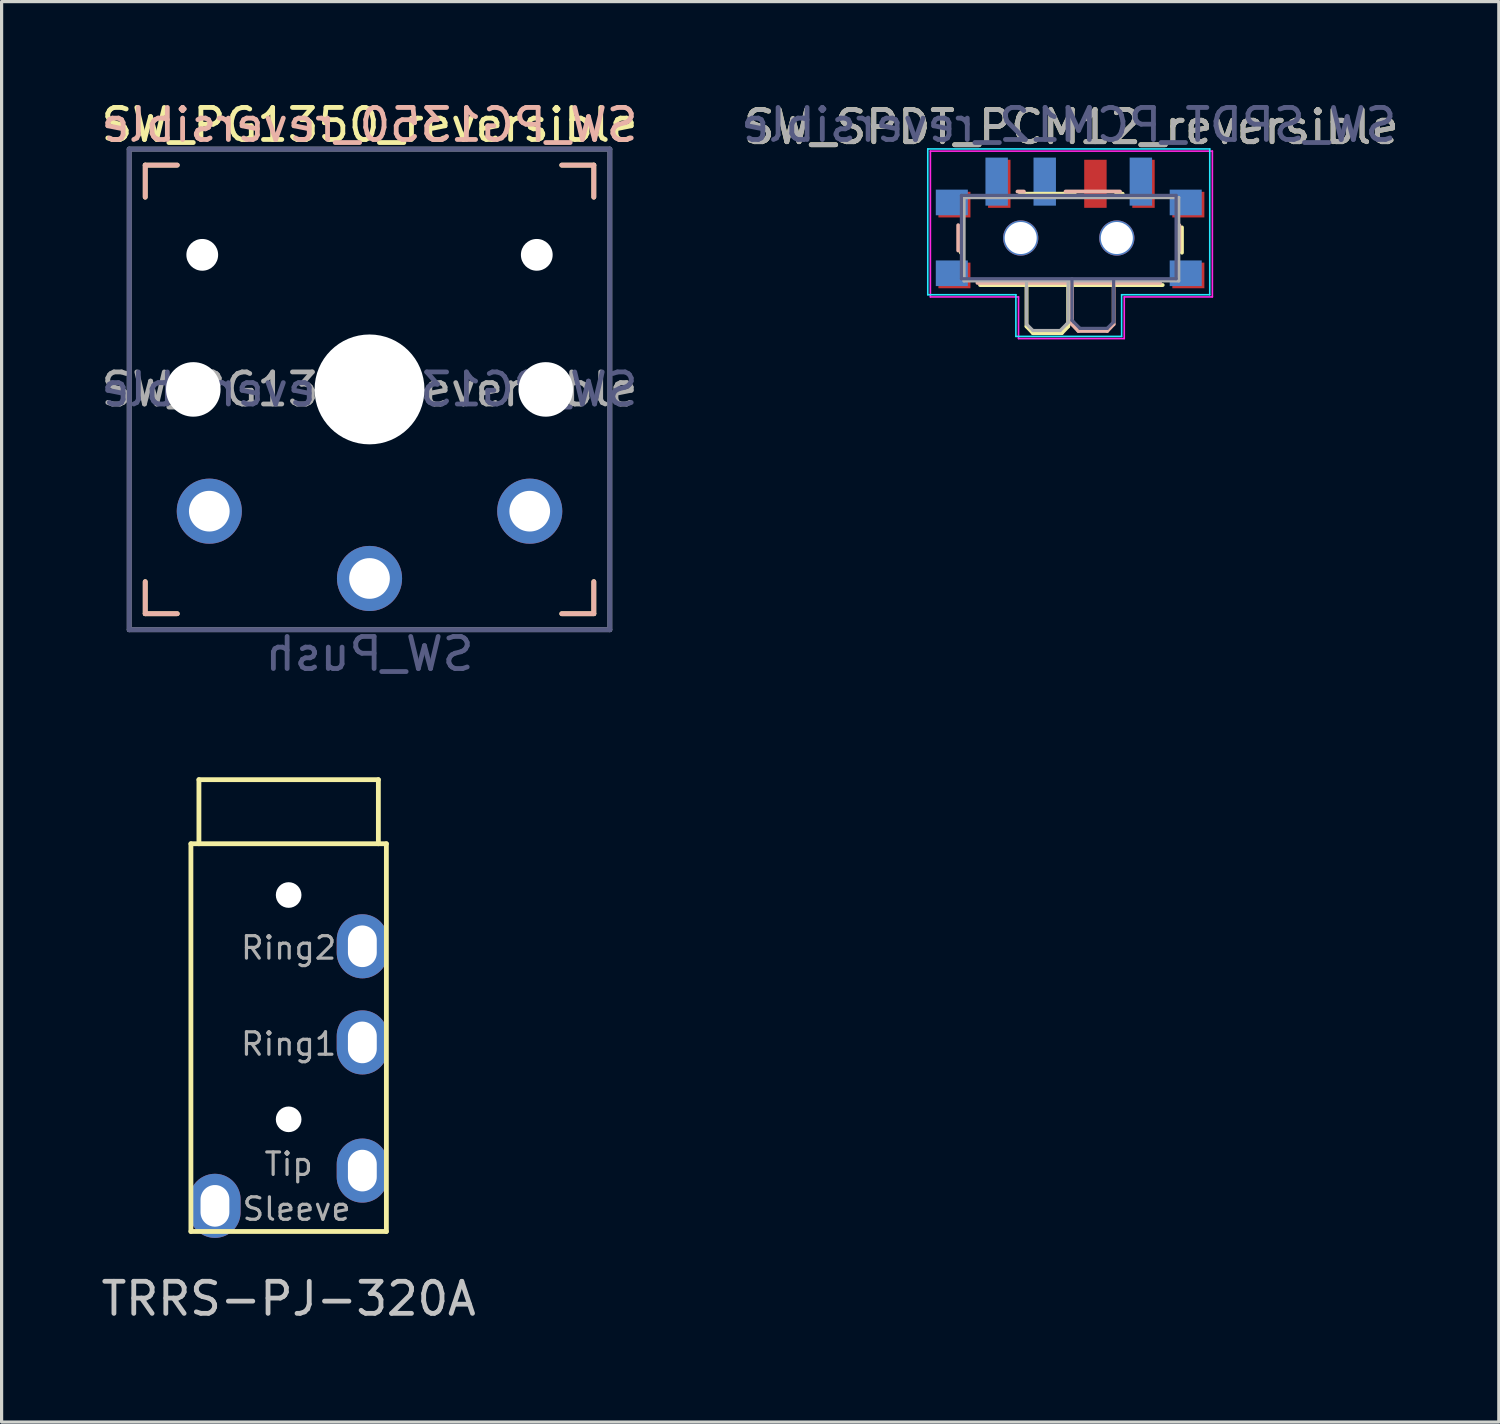
<source format=kicad_pcb>
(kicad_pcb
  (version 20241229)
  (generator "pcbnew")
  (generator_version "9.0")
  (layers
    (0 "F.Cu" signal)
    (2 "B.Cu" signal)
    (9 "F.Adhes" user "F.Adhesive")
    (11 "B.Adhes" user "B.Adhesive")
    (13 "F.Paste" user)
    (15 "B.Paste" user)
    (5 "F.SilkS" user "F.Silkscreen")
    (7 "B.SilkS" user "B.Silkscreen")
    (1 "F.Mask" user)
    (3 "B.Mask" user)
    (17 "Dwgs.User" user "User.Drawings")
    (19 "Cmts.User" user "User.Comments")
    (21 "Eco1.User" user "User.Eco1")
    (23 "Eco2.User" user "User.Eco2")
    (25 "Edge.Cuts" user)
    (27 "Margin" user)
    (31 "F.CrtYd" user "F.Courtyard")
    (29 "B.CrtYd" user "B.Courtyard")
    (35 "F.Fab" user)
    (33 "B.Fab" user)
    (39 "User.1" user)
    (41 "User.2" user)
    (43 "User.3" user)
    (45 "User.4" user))
  (footprint "TRRS-PJ-320A"
    (layer "F.Cu")
    (at 5.958 23.282)
    (property "Reference" "TRRS-PJ-320A" (at 0 14.2 0) (layer "Dwgs.User") (effects (font (size 1 1) (thickness 0.15))))
    (attr through_hole)
    (fp_line (start -3.05 0) (end -3.05 12.1) (stroke (width 0.15) (type solid)) (layer "F.SilkS"))
    (fp_line (start -2.8 0) (end -2.8 -2) (stroke (width 0.15) (type solid)) (layer "F.SilkS"))
    (fp_line (start 2.8 -2) (end -2.8 -2) (stroke (width 0.15) (type solid)) (layer "F.SilkS"))
    (fp_line (start 2.8 0) (end 2.8 -2) (stroke (width 0.15) (type solid)) (layer "F.SilkS"))
    (fp_line (start 3.05 0) (end -3.05 0) (stroke (width 0.15) (type solid)) (layer "F.SilkS"))
    (fp_line (start 3.05 0) (end 3.05 12.1) (stroke (width 0.15) (type solid)) (layer "F.SilkS"))
    (fp_line (start 3.05 12.1) (end -3.05 12.1) (stroke (width 0.15) (type solid)) (layer "F.SilkS"))
    (fp_text user "Sleeve" (at 0.25 11.4 0) (layer "F.Fab") (effects (font (size 0.7 0.7) (thickness 0.1))))
    (fp_text user "Ring2" (at 0 3.25 0) (layer "F.Fab") (effects (font (size 0.7 0.7) (thickness 0.1))))
    (fp_text user "Tip" (at 0 10 0) (layer "F.Fab") (effects (font (size 0.7 0.7) (thickness 0.1))))
    (fp_text user "Ring1" (at 0 6.25 0) (layer "F.Fab") (effects (font (size 0.7 0.7) (thickness 0.1))))
    (pad "" np_thru_hole circle (at 0 1.6 180) (size 0.8 0.8) (drill 0.8) (layers "*.Cu" "*.Mask"))
    (pad "" np_thru_hole circle (at 0 8.6 180) (size 0.8 0.8) (drill 0.8) (layers "*.Cu" "*.Mask"))
    (pad "1" thru_hole oval (at -2.3 11.3 180) (size 1.6 2) (drill oval 0.9 1.3) (layers "*.Cu" "*.Mask"))
    (pad "2" thru_hole oval (at 2.3 10.2 180) (size 1.6 2) (drill oval 0.9 1.3) (layers "*.Cu" "*.Mask"))
    (pad "3" thru_hole oval (at 2.3 6.2 180) (size 1.6 2) (drill oval 0.9 1.3) (layers "*.Cu" "*.Mask"))
    (pad "4" thru_hole oval (at 2.3 3.2 180) (size 1.6 2) (drill oval 0.9 1.3) (layers "*.Cu" "*.Mask")))
  (footprint "SW_PG1350_reversible"
    (layer "F.Cu")
    (at 8.482 9.103)
    (property "Reference" "SW_PG1350_reversible" (at 0 -8.255 0) (layer "F.SilkS") (effects (font (size 1 1) (thickness 0.15))))
    (property "Value" "SW_Push" (at 0 8.255 0) (layer "F.Fab") (hide yes) (effects (font (size 1 1) (thickness 0.15))))
    (attr through_hole)
    (fp_line (start -7 -7) (end -6 -7) (stroke (width 0.15) (type solid)) (layer "F.SilkS"))
    (fp_line (start -7 -6) (end -7 -7) (stroke (width 0.15) (type solid)) (layer "F.SilkS"))
    (fp_line (start -7 7) (end -7 6) (stroke (width 0.15) (type solid)) (layer "F.SilkS"))
    (fp_line (start -6 7) (end -7 7) (stroke (width 0.15) (type solid)) (layer "F.SilkS"))
    (fp_line (start 6 -7) (end 7 -7) (stroke (width 0.15) (type solid)) (layer "F.SilkS"))
    (fp_line (start 7 -7) (end 7 -6) (stroke (width 0.15) (type solid)) (layer "F.SilkS"))
    (fp_line (start 7 6) (end 7 7) (stroke (width 0.15) (type solid)) (layer "F.SilkS"))
    (fp_line (start 7 7) (end 6 7) (stroke (width 0.15) (type solid)) (layer "F.SilkS"))
    (fp_line (start -7 -7) (end -6 -7) (stroke (width 0.15) (type solid)) (layer "B.SilkS"))
    (fp_line (start -7 -6) (end -7 -7) (stroke (width 0.15) (type solid)) (layer "B.SilkS"))
    (fp_line (start -7 7) (end -7 6) (stroke (width 0.15) (type solid)) (layer "B.SilkS"))
    (fp_line (start -6 7) (end -7 7) (stroke (width 0.15) (type solid)) (layer "B.SilkS"))
    (fp_line (start 6 -7) (end 7 -7) (stroke (width 0.15) (type solid)) (layer "B.SilkS"))
    (fp_line (start 7 -7) (end 7 -6) (stroke (width 0.15) (type solid)) (layer "B.SilkS"))
    (fp_line (start 7 6) (end 7 7) (stroke (width 0.15) (type solid)) (layer "B.SilkS"))
    (fp_line (start 7 7) (end 6 7) (stroke (width 0.15) (type solid)) (layer "B.SilkS"))
    (fp_line (start -6.9 6.9) (end -6.9 -6.9) (stroke (width 0.15) (type solid)) (layer "Eco2.User"))
    (fp_line (start -6.9 6.9) (end 6.9 6.9) (stroke (width 0.15) (type solid)) (layer "Eco2.User"))
    (fp_line (start -2.6 -3.1) (end -2.6 -6.3) (stroke (width 0.15) (type solid)) (layer "Eco2.User"))
    (fp_line (start -2.6 -3.1) (end 2.6 -3.1) (stroke (width 0.15) (type solid)) (layer "Eco2.User"))
    (fp_line (start 2.6 -6.3) (end -2.6 -6.3) (stroke (width 0.15) (type solid)) (layer "Eco2.User"))
    (fp_line (start 2.6 -3.1) (end 2.6 -6.3) (stroke (width 0.15) (type solid)) (layer "Eco2.User"))
    (fp_line (start 6.9 -6.9) (end -6.9 -6.9) (stroke (width 0.15) (type solid)) (layer "Eco2.User"))
    (fp_line (start 6.9 -6.9) (end 6.9 6.9) (stroke (width 0.15) (type solid)) (layer "Eco2.User"))
    (fp_line (start -7.5 -7.5) (end 7.5 -7.5) (stroke (width 0.15) (type solid)) (layer "B.Fab"))
    (fp_line (start -7.5 7.5) (end -7.5 -7.5) (stroke (width 0.15) (type solid)) (layer "B.Fab"))
    (fp_line (start 7.5 -7.5) (end 7.5 7.5) (stroke (width 0.15) (type solid)) (layer "B.Fab"))
    (fp_line (start 7.5 7.5) (end -7.5 7.5) (stroke (width 0.15) (type solid)) (layer "B.Fab"))
    (fp_line (start -7.5 -7.5) (end 7.5 -7.5) (stroke (width 0.15) (type solid)) (layer "F.Fab"))
    (fp_line (start -7.5 7.5) (end -7.5 -7.5) (stroke (width 0.15) (type solid)) (layer "F.Fab"))
    (fp_line (start 7.5 -7.5) (end 7.5 7.5) (stroke (width 0.15) (type solid)) (layer "F.Fab"))
    (fp_line (start 7.5 7.5) (end -7.5 7.5) (stroke (width 0.15) (type solid)) (layer "F.Fab"))
    (fp_text user "${REFERENCE}" (at 0 -8.255 0) (layer "B.SilkS") (effects (font (size 1 1) (thickness 0.15)) (justify mirror)))
    (fp_text user "${REFERENCE}" (at 0 0 0) (layer "B.Fab") (effects (font (size 1 1) (thickness 0.15)) (justify mirror)))
    (fp_text user "${VALUE}" (at 0 8.255 0) (layer "B.Fab") (effects (font (size 1 1) (thickness 0.15)) (justify mirror)))
    (fp_text user "${REFERENCE}" (at 0 0 0) (layer "F.Fab") (effects (font (size 1 1) (thickness 0.15))))
    (pad "" np_thru_hole circle (at -5.5 0) (size 1.702 1.702) (drill 1.702) (layers "*.Cu" "*.Mask"))
    (pad "" np_thru_hole circle (at -5.22 -4.2) (size 0.991 0.991) (drill 0.991) (layers "*.Cu" "*.Mask"))
    (pad "" np_thru_hole circle (at 0 0) (size 3.429 3.429) (drill 3.429) (layers "*.Cu" "*.Mask"))
    (pad "" np_thru_hole circle (at 5.22 -4.2) (size 0.991 0.991) (drill 0.991) (layers "*.Cu" "*.Mask"))
    (pad "" np_thru_hole circle (at 5.5 0) (size 1.702 1.702) (drill 1.702) (layers "*.Cu" "*.Mask"))
    (pad "1" thru_hole circle (at 0 5.9) (size 2.032 2.032) (drill 1.27) (layers "*.Cu" "*.Mask"))
    (pad "2" thru_hole circle (at -5 3.8) (size 2.032 2.032) (drill 1.27) (layers "*.Cu" "*.Mask"))
    (pad "2" thru_hole circle (at 5 3.8) (size 2.032 2.032) (drill 1.27) (layers "*.Cu" "*.Mask")))
  (footprint "SW_SPDT_PCM12_reversible"
    (layer "F.Cu")
    (at 30.386 4.116)
    (property "Reference" "SW_SPDT_PCM12_reversible" (at 0 -3.2 0) (layer "F.SilkS") (effects (font (size 1 1) (thickness 0.15))))
    (attr smd)
    (fp_line (start -3.45 -0.07) (end -3.45 0.72) (stroke (width 0.12) (type solid)) (layer "F.SilkS"))
    (fp_line (start -2.85 1.73) (end 2.85 1.73) (stroke (width 0.12) (type solid)) (layer "F.SilkS"))
    (fp_line (start -1.6 -1.12) (end 0.1 -1.12) (stroke (width 0.12) (type solid)) (layer "F.SilkS"))
    (fp_line (start -1.4 1.73) (end -1.4 3.02) (stroke (width 0.12) (type solid)) (layer "F.SilkS"))
    (fp_line (start -1.4 3.02) (end -1.2 3.23) (stroke (width 0.12) (type solid)) (layer "F.SilkS"))
    (fp_line (start -1.2 3.23) (end -0.3 3.23) (stroke (width 0.12) (type solid)) (layer "F.SilkS"))
    (fp_line (start -0.1 3.02) (end -0.3 3.23) (stroke (width 0.12) (type solid)) (layer "F.SilkS"))
    (fp_line (start -0.1 3.02) (end -0.1 1.73) (stroke (width 0.12) (type solid)) (layer "F.SilkS"))
    (fp_line (start 1.4 -1.12) (end 1.6 -1.12) (stroke (width 0.12) (type solid)) (layer "F.SilkS"))
    (fp_line (start 3.45 0.72) (end 3.45 -0.07) (stroke (width 0.12) (type solid)) (layer "F.SilkS"))
    (fp_line (start -3.532 0.652) (end -3.532 -0.138) (stroke (width 0.12) (type solid)) (layer "B.SilkS"))
    (fp_line (start -1.482 -1.188) (end -1.682 -1.188) (stroke (width 0.12) (type solid)) (layer "B.SilkS"))
    (fp_line (start 0.018 2.952) (end 0.018 1.662) (stroke (width 0.12) (type solid)) (layer "B.SilkS"))
    (fp_line (start 0.018 2.952) (end 0.218 3.162) (stroke (width 0.12) (type solid)) (layer "B.SilkS"))
    (fp_line (start 1.118 3.162) (end 0.218 3.162) (stroke (width 0.12) (type solid)) (layer "B.SilkS"))
    (fp_line (start 1.318 1.662) (end 1.318 2.952) (stroke (width 0.12) (type solid)) (layer "B.SilkS"))
    (fp_line (start 1.318 2.952) (end 1.118 3.162) (stroke (width 0.12) (type solid)) (layer "B.SilkS"))
    (fp_line (start 1.518 -1.188) (end -0.182 -1.188) (stroke (width 0.12) (type solid)) (layer "B.SilkS"))
    (fp_line (start 2.768 1.662) (end -2.932 1.662) (stroke (width 0.12) (type solid)) (layer "B.SilkS"))
    (fp_line (start 3.368 -0.138) (end 3.368 0.652) (stroke (width 0.12) (type solid)) (layer "B.SilkS"))
    (fp_line (start -4.482 -2.518) (end -4.482 2.032) (stroke (width 0.05) (type solid)) (layer "B.CrtYd"))
    (fp_line (start -4.482 2.032) (end -1.732 2.032) (stroke (width 0.05) (type solid)) (layer "B.CrtYd"))
    (fp_line (start -1.732 2.032) (end -1.732 3.332) (stroke (width 0.05) (type solid)) (layer "B.CrtYd"))
    (fp_line (start -1.732 3.332) (end 1.568 3.332) (stroke (width 0.05) (type solid)) (layer "B.CrtYd"))
    (fp_line (start 1.568 2.032) (end 4.318 2.032) (stroke (width 0.05) (type solid)) (layer "B.CrtYd"))
    (fp_line (start 1.568 3.332) (end 1.568 2.032) (stroke (width 0.05) (type solid)) (layer "B.CrtYd"))
    (fp_line (start 4.318 -2.518) (end -4.482 -2.518) (stroke (width 0.05) (type solid)) (layer "B.CrtYd"))
    (fp_line (start 4.318 2.032) (end 4.318 -2.518) (stroke (width 0.05) (type solid)) (layer "B.CrtYd"))
    (fp_line (start -4.4 -2.45) (end 4.4 -2.45) (stroke (width 0.05) (type solid)) (layer "F.CrtYd"))
    (fp_line (start -4.4 2.1) (end -4.4 -2.45) (stroke (width 0.05) (type solid)) (layer "F.CrtYd"))
    (fp_line (start -1.65 2.1) (end -4.4 2.1) (stroke (width 0.05) (type solid)) (layer "F.CrtYd"))
    (fp_line (start -1.65 3.4) (end -1.65 2.1) (stroke (width 0.05) (type solid)) (layer "F.CrtYd"))
    (fp_line (start 1.65 2.1) (end 1.65 3.4) (stroke (width 0.05) (type solid)) (layer "F.CrtYd"))
    (fp_line (start 1.65 3.4) (end -1.65 3.4) (stroke (width 0.05) (type solid)) (layer "F.CrtYd"))
    (fp_line (start 4.4 -2.45) (end 4.4 2.1) (stroke (width 0.05) (type solid)) (layer "F.CrtYd"))
    (fp_line (start 4.4 2.1) (end 1.65 2.1) (stroke (width 0.05) (type solid)) (layer "F.CrtYd"))
    (fp_line (start -3.432 -1.068) (end 3.268 -1.068) (stroke (width 0.1) (type solid)) (layer "B.Fab"))
    (fp_line (start -3.432 1.532) (end -3.432 -1.068) (stroke (width 0.1) (type solid)) (layer "B.Fab"))
    (fp_line (start 0.018 2.832) (end 0.018 1.532) (stroke (width 0.1) (type solid)) (layer "B.Fab"))
    (fp_line (start 0.068 2.882) (end 0.018 2.832) (stroke (width 0.1) (type solid)) (layer "B.Fab"))
    (fp_line (start 0.268 3.082) (end 0.068 2.882) (stroke (width 0.1) (type solid)) (layer "B.Fab"))
    (fp_line (start 1.118 3.082) (end 0.268 3.082) (stroke (width 0.1) (type solid)) (layer "B.Fab"))
    (fp_line (start 1.318 1.582) (end 1.318 2.882) (stroke (width 0.1) (type solid)) (layer "B.Fab"))
    (fp_line (start 1.318 2.882) (end 1.118 3.082) (stroke (width 0.1) (type solid)) (layer "B.Fab"))
    (fp_line (start 3.268 -1.068) (end 3.268 1.532) (stroke (width 0.1) (type solid)) (layer "B.Fab"))
    (fp_line (start 3.268 1.532) (end -3.432 1.532) (stroke (width 0.1) (type solid)) (layer "B.Fab"))
    (fp_line (start -3.35 -1) (end -3.35 1.6) (stroke (width 0.1) (type solid)) (layer "F.Fab"))
    (fp_line (start -3.35 1.6) (end 3.35 1.6) (stroke (width 0.1) (type solid)) (layer "F.Fab"))
    (fp_line (start -1.4 1.65) (end -1.4 2.95) (stroke (width 0.1) (type solid)) (layer "F.Fab"))
    (fp_line (start -1.4 2.95) (end -1.2 3.15) (stroke (width 0.1) (type solid)) (layer "F.Fab"))
    (fp_line (start -1.2 3.15) (end -0.35 3.15) (stroke (width 0.1) (type solid)) (layer "F.Fab"))
    (fp_line (start -0.35 3.15) (end -0.15 2.95) (stroke (width 0.1) (type solid)) (layer "F.Fab"))
    (fp_line (start -0.15 2.95) (end -0.1 2.9) (stroke (width 0.1) (type solid)) (layer "F.Fab"))
    (fp_line (start -0.1 2.9) (end -0.1 1.6) (stroke (width 0.1) (type solid)) (layer "F.Fab"))
    (fp_line (start 3.35 -1) (end -3.35 -1) (stroke (width 0.1) (type solid)) (layer "F.Fab"))
    (fp_line (start 3.35 1.6) (end 3.35 -1) (stroke (width 0.1) (type solid)) (layer "F.Fab"))
    (fp_text user "${REFERENCE}" (at -0.082 -3.268 0) (layer "B.Fab") (effects (font (size 1 1) (thickness 0.15)) (justify mirror)))
    (fp_text user "${REFERENCE}" (at 0 -3.2 0) (layer "F.Fab") (effects (font (size 1 1) (thickness 0.15))))
    (pad "" smd rect (at -3.732 -0.848) (size 1 0.8) (layers "B.Cu" "B.Mask" "B.Paste"))
    (pad "" smd rect (at -3.732 1.362) (size 1 0.8) (layers "B.Cu" "B.Mask" "B.Paste"))
    (pad "" smd rect (at -3.65 -0.78) (size 1 0.8) (layers "F.Cu" "F.Mask" "F.Paste"))
    (pad "" smd rect (at -3.65 1.43) (size 1 0.8) (layers "F.Cu" "F.Mask" "F.Paste"))
    (pad "" np_thru_hole circle (at -1.582 0.262) (size 1.1 1.1) (drill 1) (layers "*.Cu" "*.Mask"))
    (pad "" np_thru_hole circle (at 1.418 0.262) (size 1.1 1.1) (drill 1) (layers "*.Cu" "*.Mask"))
    (pad "" smd rect (at 3.568 -0.848) (size 1 0.8) (layers "B.Cu" "B.Mask" "B.Paste"))
    (pad "" smd rect (at 3.568 1.362) (size 1 0.8) (layers "B.Cu" "B.Mask" "B.Paste"))
    (pad "" smd rect (at 3.65 -0.78) (size 1 0.8) (layers "F.Cu" "F.Mask" "F.Paste"))
    (pad "" smd rect (at 3.65 1.43) (size 1 0.8) (layers "F.Cu" "F.Mask" "F.Paste"))
    (pad "1" smd rect (at -2.25 -1.43) (size 0.7 1.5) (layers "F.Cu" "F.Mask" "F.Paste"))
    (pad "1" smd rect (at 2.168 -1.498) (size 0.7 1.5) (layers "B.Cu" "B.Mask" "B.Paste"))
    (pad "2" smd rect (at -0.832 -1.498) (size 0.7 1.5) (layers "B.Cu" "B.Mask" "B.Paste"))
    (pad "2" smd rect (at 0.75 -1.43) (size 0.7 1.5) (layers "F.Cu" "F.Mask" "F.Paste"))
    (pad "3" smd rect (at -2.332 -1.498) (size 0.7 1.5) (layers "B.Cu" "B.Mask" "B.Paste"))
    (pad "3" smd rect (at 2.25 -1.43) (size 0.7 1.5) (layers "F.Cu" "F.Mask" "F.Paste")))
  (gr_rect
    (start -3 -3)
    (end 43.725 41.33)
    (stroke (width 0.1) (type default))
    (fill no)
    (layer "Edge.Cuts")))
</source>
